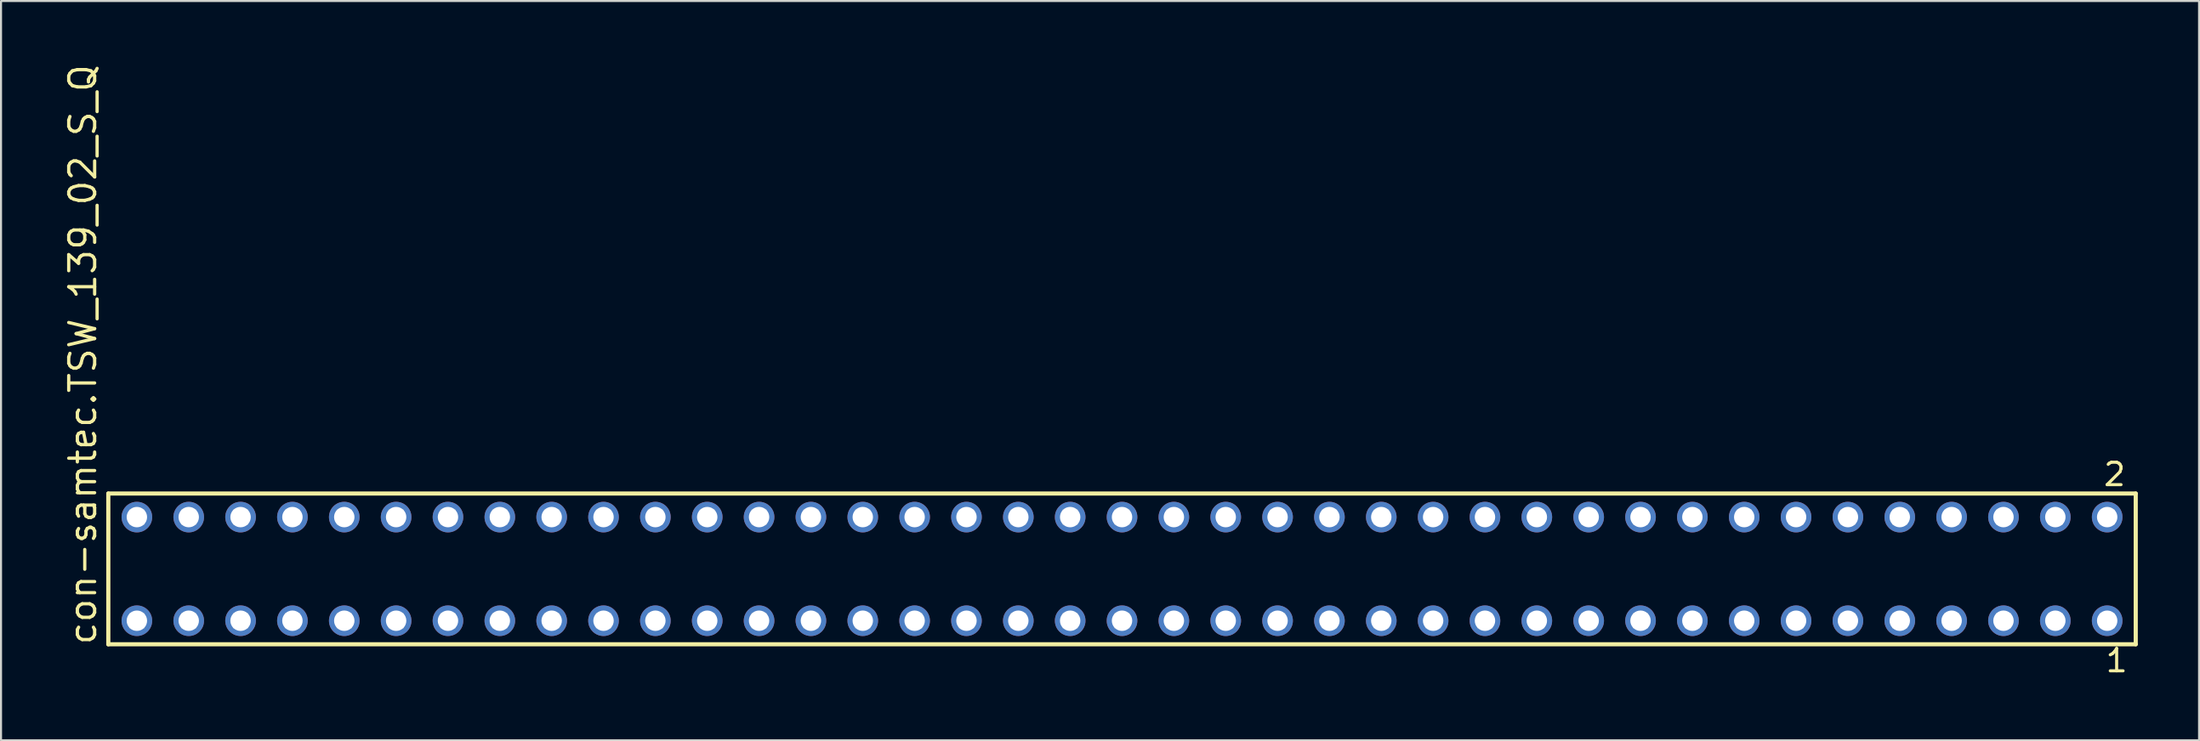
<source format=kicad_pcb>
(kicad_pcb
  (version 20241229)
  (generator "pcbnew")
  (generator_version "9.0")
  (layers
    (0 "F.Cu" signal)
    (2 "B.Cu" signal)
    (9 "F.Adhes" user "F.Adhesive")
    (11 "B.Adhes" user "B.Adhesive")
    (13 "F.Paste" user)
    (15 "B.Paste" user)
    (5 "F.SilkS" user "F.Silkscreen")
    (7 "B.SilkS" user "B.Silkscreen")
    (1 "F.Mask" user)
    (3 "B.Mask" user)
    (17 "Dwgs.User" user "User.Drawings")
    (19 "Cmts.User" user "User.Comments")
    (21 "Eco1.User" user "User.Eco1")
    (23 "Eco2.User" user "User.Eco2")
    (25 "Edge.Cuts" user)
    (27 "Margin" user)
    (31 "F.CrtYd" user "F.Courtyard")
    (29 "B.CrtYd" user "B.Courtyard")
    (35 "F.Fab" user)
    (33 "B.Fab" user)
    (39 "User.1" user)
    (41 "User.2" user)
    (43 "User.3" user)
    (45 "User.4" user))
  (footprint "con-samtec.TSW_139_02_S_Q"
    (layer "F.Cu")
    (at 51.915 24.84)
    (property "Reference" "con-samtec.TSW_139_02_S_Q" (at -50.165 3.81 90) (layer "F.SilkS") (effects (font (size 1.27 1.27) (thickness 0.16)) (justify left bottom)))
    (attr through_hole)
    (fp_line (start -49.659 -3.695) (end 49.659 -3.695) (stroke (width 0.203) (type default)) (layer "F.SilkS"))
    (fp_line (start -49.659 3.695) (end -49.659 -3.695) (stroke (width 0.203) (type default)) (layer "F.SilkS"))
    (fp_line (start 49.659 -3.695) (end 49.659 3.695) (stroke (width 0.203) (type default)) (layer "F.SilkS"))
    (fp_line (start 49.659 3.695) (end -49.659 3.695) (stroke (width 0.203) (type default)) (layer "F.SilkS"))
    (fp_rect (start -48.61 -2.19) (end -47.91 -2.89) (stroke (width 0.05) (type default)) (fill no) (layer "F.Fab"))
    (fp_rect (start -48.61 2.89) (end -47.91 2.19) (stroke (width 0.05) (type default)) (fill no) (layer "F.Fab"))
    (fp_rect (start -46.07 -2.19) (end -45.37 -2.89) (stroke (width 0.05) (type default)) (fill no) (layer "F.Fab"))
    (fp_rect (start -46.07 2.89) (end -45.37 2.19) (stroke (width 0.05) (type default)) (fill no) (layer "F.Fab"))
    (fp_rect (start -43.53 -2.19) (end -42.83 -2.89) (stroke (width 0.05) (type default)) (fill no) (layer "F.Fab"))
    (fp_rect (start -43.53 2.89) (end -42.83 2.19) (stroke (width 0.05) (type default)) (fill no) (layer "F.Fab"))
    (fp_rect (start -40.99 -2.19) (end -40.29 -2.89) (stroke (width 0.05) (type default)) (fill no) (layer "F.Fab"))
    (fp_rect (start -40.99 2.89) (end -40.29 2.19) (stroke (width 0.05) (type default)) (fill no) (layer "F.Fab"))
    (fp_rect (start -38.45 -2.19) (end -37.75 -2.89) (stroke (width 0.05) (type default)) (fill no) (layer "F.Fab"))
    (fp_rect (start -38.45 2.89) (end -37.75 2.19) (stroke (width 0.05) (type default)) (fill no) (layer "F.Fab"))
    (fp_rect (start -35.91 -2.19) (end -35.21 -2.89) (stroke (width 0.05) (type default)) (fill no) (layer "F.Fab"))
    (fp_rect (start -35.91 2.89) (end -35.21 2.19) (stroke (width 0.05) (type default)) (fill no) (layer "F.Fab"))
    (fp_rect (start -33.37 -2.19) (end -32.67 -2.89) (stroke (width 0.05) (type default)) (fill no) (layer "F.Fab"))
    (fp_rect (start -33.37 2.89) (end -32.67 2.19) (stroke (width 0.05) (type default)) (fill no) (layer "F.Fab"))
    (fp_rect (start -30.83 -2.19) (end -30.13 -2.89) (stroke (width 0.05) (type default)) (fill no) (layer "F.Fab"))
    (fp_rect (start -30.83 2.89) (end -30.13 2.19) (stroke (width 0.05) (type default)) (fill no) (layer "F.Fab"))
    (fp_rect (start -28.29 -2.19) (end -27.59 -2.89) (stroke (width 0.05) (type default)) (fill no) (layer "F.Fab"))
    (fp_rect (start -28.29 2.89) (end -27.59 2.19) (stroke (width 0.05) (type default)) (fill no) (layer "F.Fab"))
    (fp_rect (start -25.75 -2.19) (end -25.05 -2.89) (stroke (width 0.05) (type default)) (fill no) (layer "F.Fab"))
    (fp_rect (start -25.75 2.89) (end -25.05 2.19) (stroke (width 0.05) (type default)) (fill no) (layer "F.Fab"))
    (fp_rect (start -23.21 -2.19) (end -22.51 -2.89) (stroke (width 0.05) (type default)) (fill no) (layer "F.Fab"))
    (fp_rect (start -23.21 2.89) (end -22.51 2.19) (stroke (width 0.05) (type default)) (fill no) (layer "F.Fab"))
    (fp_rect (start -20.67 -2.19) (end -19.97 -2.89) (stroke (width 0.05) (type default)) (fill no) (layer "F.Fab"))
    (fp_rect (start -20.67 2.89) (end -19.97 2.19) (stroke (width 0.05) (type default)) (fill no) (layer "F.Fab"))
    (fp_rect (start -18.13 -2.19) (end -17.43 -2.89) (stroke (width 0.05) (type default)) (fill no) (layer "F.Fab"))
    (fp_rect (start -18.13 2.89) (end -17.43 2.19) (stroke (width 0.05) (type default)) (fill no) (layer "F.Fab"))
    (fp_rect (start -15.59 -2.19) (end -14.89 -2.89) (stroke (width 0.05) (type default)) (fill no) (layer "F.Fab"))
    (fp_rect (start -15.59 2.89) (end -14.89 2.19) (stroke (width 0.05) (type default)) (fill no) (layer "F.Fab"))
    (fp_rect (start -13.05 -2.19) (end -12.35 -2.89) (stroke (width 0.05) (type default)) (fill no) (layer "F.Fab"))
    (fp_rect (start -13.05 2.89) (end -12.35 2.19) (stroke (width 0.05) (type default)) (fill no) (layer "F.Fab"))
    (fp_rect (start -10.51 -2.19) (end -9.81 -2.89) (stroke (width 0.05) (type default)) (fill no) (layer "F.Fab"))
    (fp_rect (start -10.51 2.89) (end -9.81 2.19) (stroke (width 0.05) (type default)) (fill no) (layer "F.Fab"))
    (fp_rect (start -7.97 -2.19) (end -7.27 -2.89) (stroke (width 0.05) (type default)) (fill no) (layer "F.Fab"))
    (fp_rect (start -7.97 2.89) (end -7.27 2.19) (stroke (width 0.05) (type default)) (fill no) (layer "F.Fab"))
    (fp_rect (start -5.43 -2.19) (end -4.73 -2.89) (stroke (width 0.05) (type default)) (fill no) (layer "F.Fab"))
    (fp_rect (start -5.43 2.89) (end -4.73 2.19) (stroke (width 0.05) (type default)) (fill no) (layer "F.Fab"))
    (fp_rect (start -2.89 -2.19) (end -2.19 -2.89) (stroke (width 0.05) (type default)) (fill no) (layer "F.Fab"))
    (fp_rect (start -2.89 2.89) (end -2.19 2.19) (stroke (width 0.05) (type default)) (fill no) (layer "F.Fab"))
    (fp_rect (start -0.35 -2.19) (end 0.35 -2.89) (stroke (width 0.05) (type default)) (fill no) (layer "F.Fab"))
    (fp_rect (start -0.35 2.89) (end 0.35 2.19) (stroke (width 0.05) (type default)) (fill no) (layer "F.Fab"))
    (fp_rect (start 2.19 -2.19) (end 2.89 -2.89) (stroke (width 0.05) (type default)) (fill no) (layer "F.Fab"))
    (fp_rect (start 2.19 2.89) (end 2.89 2.19) (stroke (width 0.05) (type default)) (fill no) (layer "F.Fab"))
    (fp_rect (start 4.73 -2.19) (end 5.43 -2.89) (stroke (width 0.05) (type default)) (fill no) (layer "F.Fab"))
    (fp_rect (start 4.73 2.89) (end 5.43 2.19) (stroke (width 0.05) (type default)) (fill no) (layer "F.Fab"))
    (fp_rect (start 7.27 -2.19) (end 7.97 -2.89) (stroke (width 0.05) (type default)) (fill no) (layer "F.Fab"))
    (fp_rect (start 7.27 2.89) (end 7.97 2.19) (stroke (width 0.05) (type default)) (fill no) (layer "F.Fab"))
    (fp_rect (start 9.81 -2.19) (end 10.51 -2.89) (stroke (width 0.05) (type default)) (fill no) (layer "F.Fab"))
    (fp_rect (start 9.81 2.89) (end 10.51 2.19) (stroke (width 0.05) (type default)) (fill no) (layer "F.Fab"))
    (fp_rect (start 12.35 -2.19) (end 13.05 -2.89) (stroke (width 0.05) (type default)) (fill no) (layer "F.Fab"))
    (fp_rect (start 12.35 2.89) (end 13.05 2.19) (stroke (width 0.05) (type default)) (fill no) (layer "F.Fab"))
    (fp_rect (start 14.89 -2.19) (end 15.59 -2.89) (stroke (width 0.05) (type default)) (fill no) (layer "F.Fab"))
    (fp_rect (start 14.89 2.89) (end 15.59 2.19) (stroke (width 0.05) (type default)) (fill no) (layer "F.Fab"))
    (fp_rect (start 17.43 -2.19) (end 18.13 -2.89) (stroke (width 0.05) (type default)) (fill no) (layer "F.Fab"))
    (fp_rect (start 17.43 2.89) (end 18.13 2.19) (stroke (width 0.05) (type default)) (fill no) (layer "F.Fab"))
    (fp_rect (start 19.97 -2.19) (end 20.67 -2.89) (stroke (width 0.05) (type default)) (fill no) (layer "F.Fab"))
    (fp_rect (start 19.97 2.89) (end 20.67 2.19) (stroke (width 0.05) (type default)) (fill no) (layer "F.Fab"))
    (fp_rect (start 22.51 -2.19) (end 23.21 -2.89) (stroke (width 0.05) (type default)) (fill no) (layer "F.Fab"))
    (fp_rect (start 22.51 2.89) (end 23.21 2.19) (stroke (width 0.05) (type default)) (fill no) (layer "F.Fab"))
    (fp_rect (start 25.05 -2.19) (end 25.75 -2.89) (stroke (width 0.05) (type default)) (fill no) (layer "F.Fab"))
    (fp_rect (start 25.05 2.89) (end 25.75 2.19) (stroke (width 0.05) (type default)) (fill no) (layer "F.Fab"))
    (fp_rect (start 27.59 -2.19) (end 28.29 -2.89) (stroke (width 0.05) (type default)) (fill no) (layer "F.Fab"))
    (fp_rect (start 27.59 2.89) (end 28.29 2.19) (stroke (width 0.05) (type default)) (fill no) (layer "F.Fab"))
    (fp_rect (start 30.13 -2.19) (end 30.83 -2.89) (stroke (width 0.05) (type default)) (fill no) (layer "F.Fab"))
    (fp_rect (start 30.13 2.89) (end 30.83 2.19) (stroke (width 0.05) (type default)) (fill no) (layer "F.Fab"))
    (fp_rect (start 32.67 -2.19) (end 33.37 -2.89) (stroke (width 0.05) (type default)) (fill no) (layer "F.Fab"))
    (fp_rect (start 32.67 2.89) (end 33.37 2.19) (stroke (width 0.05) (type default)) (fill no) (layer "F.Fab"))
    (fp_rect (start 35.21 -2.19) (end 35.91 -2.89) (stroke (width 0.05) (type default)) (fill no) (layer "F.Fab"))
    (fp_rect (start 35.21 2.89) (end 35.91 2.19) (stroke (width 0.05) (type default)) (fill no) (layer "F.Fab"))
    (fp_rect (start 37.75 -2.19) (end 38.45 -2.89) (stroke (width 0.05) (type default)) (fill no) (layer "F.Fab"))
    (fp_rect (start 37.75 2.89) (end 38.45 2.19) (stroke (width 0.05) (type default)) (fill no) (layer "F.Fab"))
    (fp_rect (start 40.29 -2.19) (end 40.99 -2.89) (stroke (width 0.05) (type default)) (fill no) (layer "F.Fab"))
    (fp_rect (start 40.29 2.89) (end 40.99 2.19) (stroke (width 0.05) (type default)) (fill no) (layer "F.Fab"))
    (fp_rect (start 42.83 -2.19) (end 43.53 -2.89) (stroke (width 0.05) (type default)) (fill no) (layer "F.Fab"))
    (fp_rect (start 42.83 2.89) (end 43.53 2.19) (stroke (width 0.05) (type default)) (fill no) (layer "F.Fab"))
    (fp_rect (start 45.37 -2.19) (end 46.07 -2.89) (stroke (width 0.05) (type default)) (fill no) (layer "F.Fab"))
    (fp_rect (start 45.37 2.89) (end 46.07 2.19) (stroke (width 0.05) (type default)) (fill no) (layer "F.Fab"))
    (fp_rect (start 47.91 -2.19) (end 48.61 -2.89) (stroke (width 0.05) (type default)) (fill no) (layer "F.Fab"))
    (fp_rect (start 47.91 2.89) (end 48.61 2.19) (stroke (width 0.05) (type default)) (fill no) (layer "F.Fab"))
    (fp_text user "1" (at 48.102 5.138 0) (layer "F.SilkS") (effects (font (size 1.1 1.1) (thickness 0.15)) (justify left bottom)))
    (fp_text user "2" (at 48.002 -3.989 0) (layer "F.SilkS") (effects (font (size 1.1 1.1) (thickness 0.15)) (justify left bottom)))
    (pad "1" thru_hole circle (at 48.26 2.54 180) (size 1.5 1.5) (drill 1) (layers "*.Cu" "*.Mask"))
    (pad "2" thru_hole circle (at 48.26 -2.54 180) (size 1.5 1.5) (drill 1) (layers "*.Cu" "*.Mask"))
    (pad "3" thru_hole circle (at 45.72 2.54 180) (size 1.5 1.5) (drill 1) (layers "*.Cu" "*.Mask"))
    (pad "4" thru_hole circle (at 45.72 -2.54 180) (size 1.5 1.5) (drill 1) (layers "*.Cu" "*.Mask"))
    (pad "5" thru_hole circle (at 43.18 2.54 180) (size 1.5 1.5) (drill 1) (layers "*.Cu" "*.Mask"))
    (pad "6" thru_hole circle (at 43.18 -2.54 180) (size 1.5 1.5) (drill 1) (layers "*.Cu" "*.Mask"))
    (pad "7" thru_hole circle (at 40.64 2.54 180) (size 1.5 1.5) (drill 1) (layers "*.Cu" "*.Mask"))
    (pad "8" thru_hole circle (at 40.64 -2.54 180) (size 1.5 1.5) (drill 1) (layers "*.Cu" "*.Mask"))
    (pad "9" thru_hole circle (at 38.1 2.54 180) (size 1.5 1.5) (drill 1) (layers "*.Cu" "*.Mask"))
    (pad "10" thru_hole circle (at 38.1 -2.54 180) (size 1.5 1.5) (drill 1) (layers "*.Cu" "*.Mask"))
    (pad "11" thru_hole circle (at 35.56 2.54 180) (size 1.5 1.5) (drill 1) (layers "*.Cu" "*.Mask"))
    (pad "12" thru_hole circle (at 35.56 -2.54 180) (size 1.5 1.5) (drill 1) (layers "*.Cu" "*.Mask"))
    (pad "13" thru_hole circle (at 33.02 2.54 180) (size 1.5 1.5) (drill 1) (layers "*.Cu" "*.Mask"))
    (pad "14" thru_hole circle (at 33.02 -2.54 180) (size 1.5 1.5) (drill 1) (layers "*.Cu" "*.Mask"))
    (pad "15" thru_hole circle (at 30.48 2.54 180) (size 1.5 1.5) (drill 1) (layers "*.Cu" "*.Mask"))
    (pad "16" thru_hole circle (at 30.48 -2.54 180) (size 1.5 1.5) (drill 1) (layers "*.Cu" "*.Mask"))
    (pad "17" thru_hole circle (at 27.94 2.54 180) (size 1.5 1.5) (drill 1) (layers "*.Cu" "*.Mask"))
    (pad "18" thru_hole circle (at 27.94 -2.54 180) (size 1.5 1.5) (drill 1) (layers "*.Cu" "*.Mask"))
    (pad "19" thru_hole circle (at 25.4 2.54 180) (size 1.5 1.5) (drill 1) (layers "*.Cu" "*.Mask"))
    (pad "20" thru_hole circle (at 25.4 -2.54 180) (size 1.5 1.5) (drill 1) (layers "*.Cu" "*.Mask"))
    (pad "21" thru_hole circle (at 22.86 2.54 180) (size 1.5 1.5) (drill 1) (layers "*.Cu" "*.Mask"))
    (pad "22" thru_hole circle (at 22.86 -2.54 180) (size 1.5 1.5) (drill 1) (layers "*.Cu" "*.Mask"))
    (pad "23" thru_hole circle (at 20.32 2.54 180) (size 1.5 1.5) (drill 1) (layers "*.Cu" "*.Mask"))
    (pad "24" thru_hole circle (at 20.32 -2.54 180) (size 1.5 1.5) (drill 1) (layers "*.Cu" "*.Mask"))
    (pad "25" thru_hole circle (at 17.78 2.54 180) (size 1.5 1.5) (drill 1) (layers "*.Cu" "*.Mask"))
    (pad "26" thru_hole circle (at 17.78 -2.54 180) (size 1.5 1.5) (drill 1) (layers "*.Cu" "*.Mask"))
    (pad "27" thru_hole circle (at 15.24 2.54 180) (size 1.5 1.5) (drill 1) (layers "*.Cu" "*.Mask"))
    (pad "28" thru_hole circle (at 15.24 -2.54 180) (size 1.5 1.5) (drill 1) (layers "*.Cu" "*.Mask"))
    (pad "29" thru_hole circle (at 12.7 2.54 180) (size 1.5 1.5) (drill 1) (layers "*.Cu" "*.Mask"))
    (pad "30" thru_hole circle (at 12.7 -2.54 180) (size 1.5 1.5) (drill 1) (layers "*.Cu" "*.Mask"))
    (pad "31" thru_hole circle (at 10.16 2.54 180) (size 1.5 1.5) (drill 1) (layers "*.Cu" "*.Mask"))
    (pad "32" thru_hole circle (at 10.16 -2.54 180) (size 1.5 1.5) (drill 1) (layers "*.Cu" "*.Mask"))
    (pad "33" thru_hole circle (at 7.62 2.54 180) (size 1.5 1.5) (drill 1) (layers "*.Cu" "*.Mask"))
    (pad "34" thru_hole circle (at 7.62 -2.54 180) (size 1.5 1.5) (drill 1) (layers "*.Cu" "*.Mask"))
    (pad "35" thru_hole circle (at 5.08 2.54 180) (size 1.5 1.5) (drill 1) (layers "*.Cu" "*.Mask"))
    (pad "36" thru_hole circle (at 5.08 -2.54 180) (size 1.5 1.5) (drill 1) (layers "*.Cu" "*.Mask"))
    (pad "37" thru_hole circle (at 2.54 2.54 180) (size 1.5 1.5) (drill 1) (layers "*.Cu" "*.Mask"))
    (pad "38" thru_hole circle (at 2.54 -2.54 180) (size 1.5 1.5) (drill 1) (layers "*.Cu" "*.Mask"))
    (pad "39" thru_hole circle (at 0 2.54 180) (size 1.5 1.5) (drill 1) (layers "*.Cu" "*.Mask"))
    (pad "40" thru_hole circle (at 0 -2.54 180) (size 1.5 1.5) (drill 1) (layers "*.Cu" "*.Mask"))
    (pad "41" thru_hole circle (at -2.54 2.54 180) (size 1.5 1.5) (drill 1) (layers "*.Cu" "*.Mask"))
    (pad "42" thru_hole circle (at -2.54 -2.54 180) (size 1.5 1.5) (drill 1) (layers "*.Cu" "*.Mask"))
    (pad "43" thru_hole circle (at -5.08 2.54 180) (size 1.5 1.5) (drill 1) (layers "*.Cu" "*.Mask"))
    (pad "44" thru_hole circle (at -5.08 -2.54 180) (size 1.5 1.5) (drill 1) (layers "*.Cu" "*.Mask"))
    (pad "45" thru_hole circle (at -7.62 2.54 180) (size 1.5 1.5) (drill 1) (layers "*.Cu" "*.Mask"))
    (pad "46" thru_hole circle (at -7.62 -2.54 180) (size 1.5 1.5) (drill 1) (layers "*.Cu" "*.Mask"))
    (pad "47" thru_hole circle (at -10.16 2.54 180) (size 1.5 1.5) (drill 1) (layers "*.Cu" "*.Mask"))
    (pad "48" thru_hole circle (at -10.16 -2.54 180) (size 1.5 1.5) (drill 1) (layers "*.Cu" "*.Mask"))
    (pad "49" thru_hole circle (at -12.7 2.54 180) (size 1.5 1.5) (drill 1) (layers "*.Cu" "*.Mask"))
    (pad "50" thru_hole circle (at -12.7 -2.54 180) (size 1.5 1.5) (drill 1) (layers "*.Cu" "*.Mask"))
    (pad "51" thru_hole circle (at -15.24 2.54 180) (size 1.5 1.5) (drill 1) (layers "*.Cu" "*.Mask"))
    (pad "52" thru_hole circle (at -15.24 -2.54 180) (size 1.5 1.5) (drill 1) (layers "*.Cu" "*.Mask"))
    (pad "53" thru_hole circle (at -17.78 2.54 180) (size 1.5 1.5) (drill 1) (layers "*.Cu" "*.Mask"))
    (pad "54" thru_hole circle (at -17.78 -2.54 180) (size 1.5 1.5) (drill 1) (layers "*.Cu" "*.Mask"))
    (pad "55" thru_hole circle (at -20.32 2.54 180) (size 1.5 1.5) (drill 1) (layers "*.Cu" "*.Mask"))
    (pad "56" thru_hole circle (at -20.32 -2.54 180) (size 1.5 1.5) (drill 1) (layers "*.Cu" "*.Mask"))
    (pad "57" thru_hole circle (at -22.86 2.54 180) (size 1.5 1.5) (drill 1) (layers "*.Cu" "*.Mask"))
    (pad "58" thru_hole circle (at -22.86 -2.54 180) (size 1.5 1.5) (drill 1) (layers "*.Cu" "*.Mask"))
    (pad "59" thru_hole circle (at -25.4 2.54 180) (size 1.5 1.5) (drill 1) (layers "*.Cu" "*.Mask"))
    (pad "60" thru_hole circle (at -25.4 -2.54 180) (size 1.5 1.5) (drill 1) (layers "*.Cu" "*.Mask"))
    (pad "61" thru_hole circle (at -27.94 2.54 180) (size 1.5 1.5) (drill 1) (layers "*.Cu" "*.Mask"))
    (pad "62" thru_hole circle (at -27.94 -2.54 180) (size 1.5 1.5) (drill 1) (layers "*.Cu" "*.Mask"))
    (pad "63" thru_hole circle (at -30.48 2.54 180) (size 1.5 1.5) (drill 1) (layers "*.Cu" "*.Mask"))
    (pad "64" thru_hole circle (at -30.48 -2.54 180) (size 1.5 1.5) (drill 1) (layers "*.Cu" "*.Mask"))
    (pad "65" thru_hole circle (at -33.02 2.54 180) (size 1.5 1.5) (drill 1) (layers "*.Cu" "*.Mask"))
    (pad "66" thru_hole circle (at -33.02 -2.54 180) (size 1.5 1.5) (drill 1) (layers "*.Cu" "*.Mask"))
    (pad "67" thru_hole circle (at -35.56 2.54 180) (size 1.5 1.5) (drill 1) (layers "*.Cu" "*.Mask"))
    (pad "68" thru_hole circle (at -35.56 -2.54 180) (size 1.5 1.5) (drill 1) (layers "*.Cu" "*.Mask"))
    (pad "69" thru_hole circle (at -38.1 2.54 180) (size 1.5 1.5) (drill 1) (layers "*.Cu" "*.Mask"))
    (pad "70" thru_hole circle (at -38.1 -2.54 180) (size 1.5 1.5) (drill 1) (layers "*.Cu" "*.Mask"))
    (pad "71" thru_hole circle (at -40.64 2.54 180) (size 1.5 1.5) (drill 1) (layers "*.Cu" "*.Mask"))
    (pad "72" thru_hole circle (at -40.64 -2.54 180) (size 1.5 1.5) (drill 1) (layers "*.Cu" "*.Mask"))
    (pad "73" thru_hole circle (at -43.18 2.54 180) (size 1.5 1.5) (drill 1) (layers "*.Cu" "*.Mask"))
    (pad "74" thru_hole circle (at -43.18 -2.54 180) (size 1.5 1.5) (drill 1) (layers "*.Cu" "*.Mask"))
    (pad "75" thru_hole circle (at -45.72 2.54 180) (size 1.5 1.5) (drill 1) (layers "*.Cu" "*.Mask"))
    (pad "76" thru_hole circle (at -45.72 -2.54 180) (size 1.5 1.5) (drill 1) (layers "*.Cu" "*.Mask"))
    (pad "77" thru_hole circle (at -48.26 2.54 180) (size 1.5 1.5) (drill 1) (layers "*.Cu" "*.Mask"))
    (pad "78" thru_hole circle (at -48.26 -2.54 180) (size 1.5 1.5) (drill 1) (layers "*.Cu" "*.Mask")))
  (gr_rect
    (start -3 -3)
    (end 104.676 33.241)
    (stroke (width 0.1) (type default))
    (fill no)
    (layer "Edge.Cuts")))
</source>
